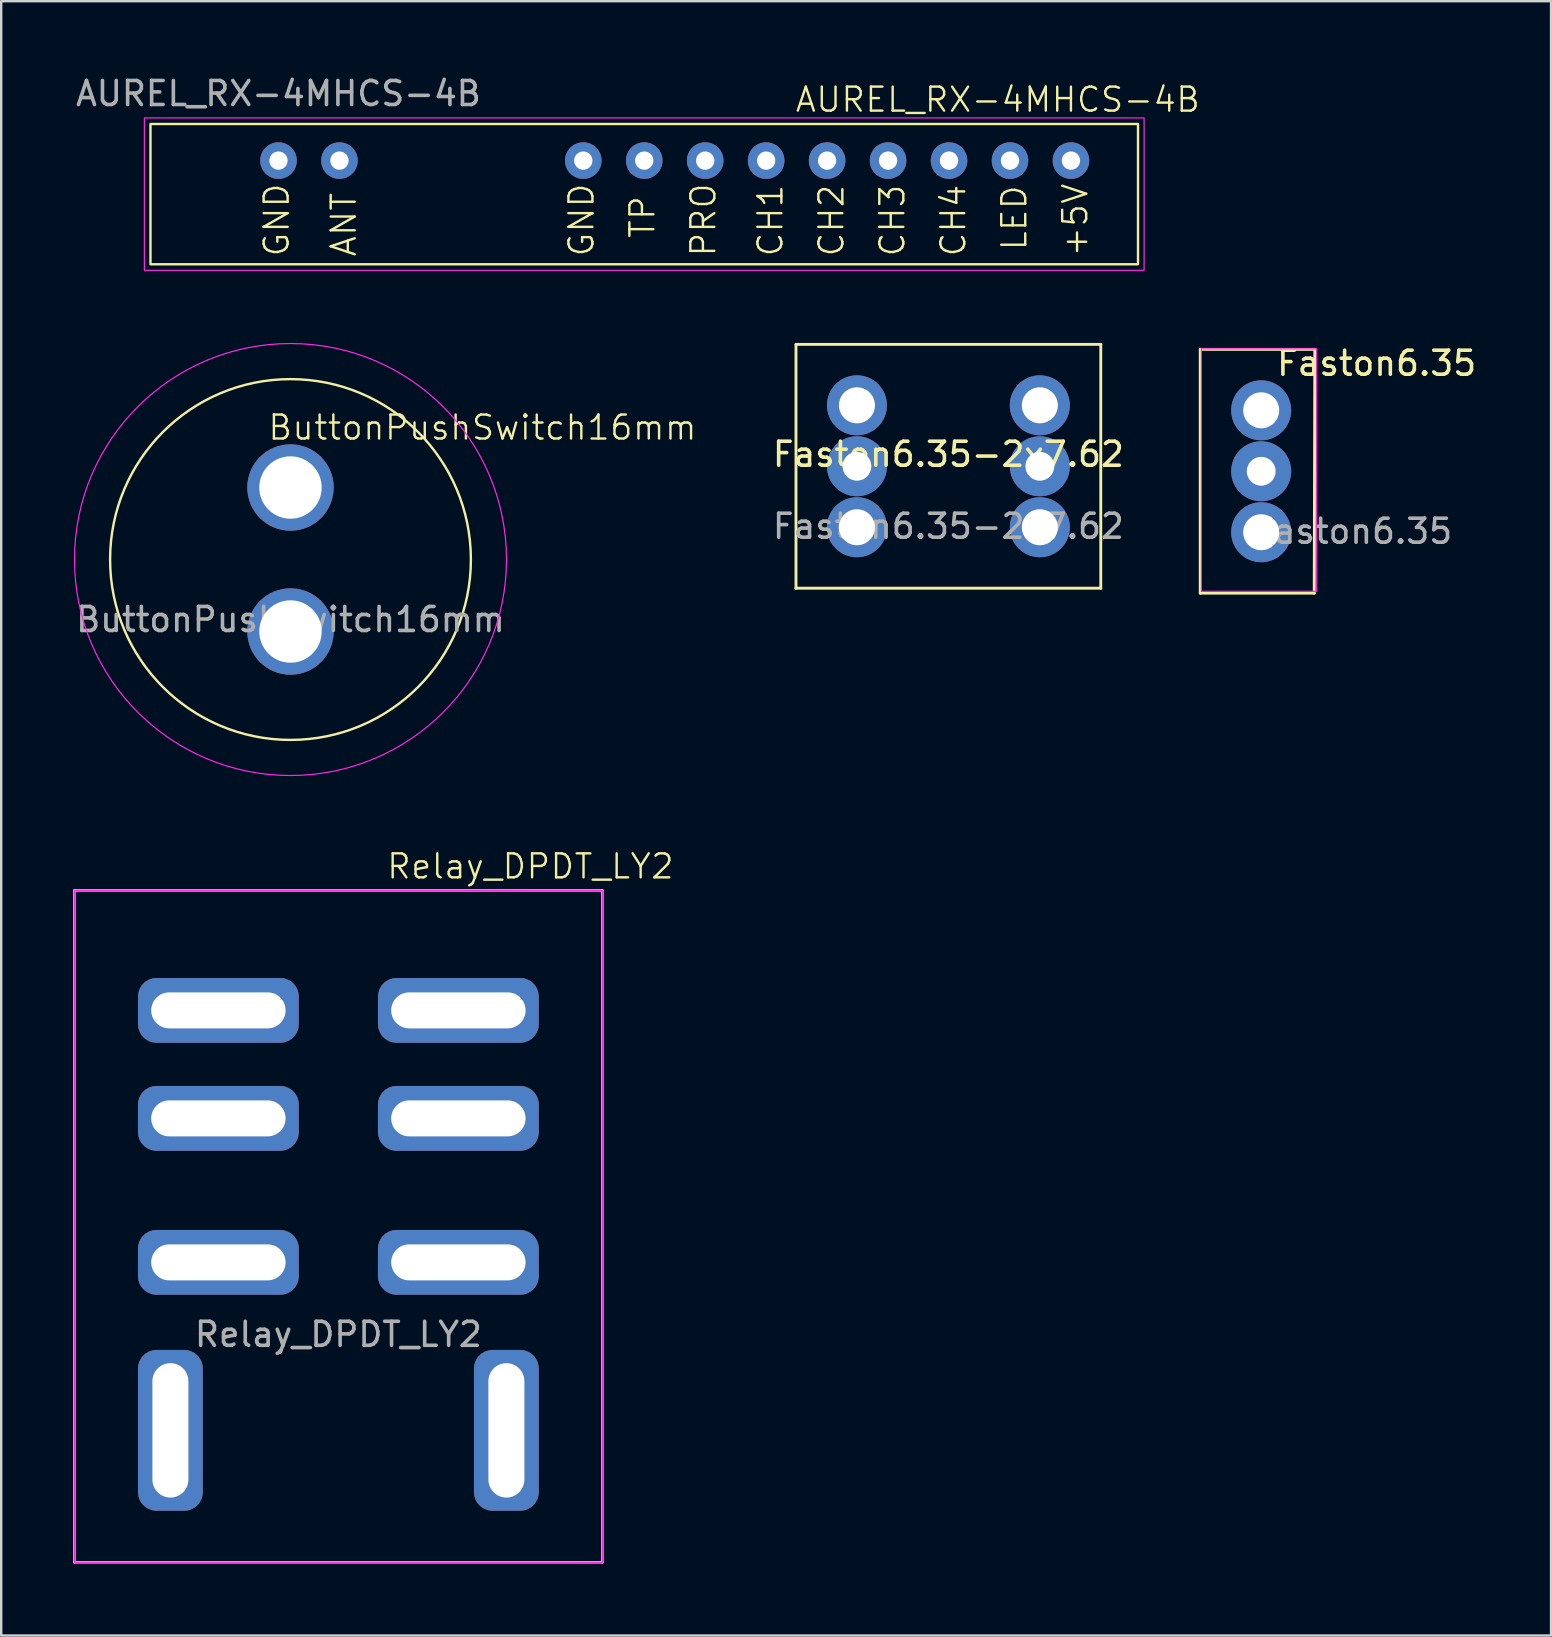
<source format=kicad_pcb>
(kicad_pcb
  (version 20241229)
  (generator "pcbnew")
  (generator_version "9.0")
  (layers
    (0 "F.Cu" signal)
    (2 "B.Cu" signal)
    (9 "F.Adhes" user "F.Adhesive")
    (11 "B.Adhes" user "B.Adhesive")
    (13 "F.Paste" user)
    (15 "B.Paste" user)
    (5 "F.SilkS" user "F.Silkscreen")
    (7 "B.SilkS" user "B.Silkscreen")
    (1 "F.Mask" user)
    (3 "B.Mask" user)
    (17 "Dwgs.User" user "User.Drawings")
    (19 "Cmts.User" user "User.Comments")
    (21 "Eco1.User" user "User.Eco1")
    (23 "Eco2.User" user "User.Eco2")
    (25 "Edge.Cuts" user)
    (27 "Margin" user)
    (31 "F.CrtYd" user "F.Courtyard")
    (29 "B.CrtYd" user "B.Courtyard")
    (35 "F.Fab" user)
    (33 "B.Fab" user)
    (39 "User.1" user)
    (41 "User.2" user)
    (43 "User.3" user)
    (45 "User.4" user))
  (footprint "AUREL_RX-4MHCS-4B"
    (layer "F.Cu")
    (at 23.794 3.642)
    (property "Reference" "AUREL_RX-4MHCS-4B" (at 14.732 -2.54 0) (unlocked yes) (layer "F.SilkS") (effects (font (size 1 1) (thickness 0.1))))
    (attr through_hole)
    (fp_rect (start -20.574 -1.524) (end 20.574 4.318) (stroke (width 0.1) (type default)) (fill no) (layer "F.SilkS"))
    (fp_rect (start -20.828 -1.778) (end 20.828 4.572) (stroke (width 0.05) (type default)) (fill no) (layer "F.CrtYd"))
    (fp_text user "GND" (at -2.032 4.064 90) (unlocked yes) (layer "F.SilkS") (effects (font (size 1 1) (thickness 0.1)) (justify left bottom)))
    (fp_text user "+5V" (at 18.542 4.064 90) (unlocked yes) (layer "F.SilkS") (effects (font (size 1 1) (thickness 0.1)) (justify left bottom)))
    (fp_text user "CH1" (at 5.842 4.064 90) (unlocked yes) (layer "F.SilkS") (effects (font (size 1 1) (thickness 0.1)) (justify left bottom)))
    (fp_text user "PRO" (at 3.048 4.064 90) (unlocked yes) (layer "F.SilkS") (effects (font (size 1 1) (thickness 0.1)) (justify left bottom)))
    (fp_text user "CH4" (at 13.462 4.064 90) (unlocked yes) (layer "F.SilkS") (effects (font (size 1 1) (thickness 0.1)) (justify left bottom)))
    (fp_text user "CH3" (at 10.922 4.064 90) (unlocked yes) (layer "F.SilkS") (effects (font (size 1 1) (thickness 0.1)) (justify left bottom)))
    (fp_text user "ANT" (at -11.938 4.064 90) (unlocked yes) (layer "F.SilkS") (effects (font (size 1 1) (thickness 0.1)) (justify left bottom)))
    (fp_text user "LED" (at 16.002 3.81 90) (unlocked yes) (layer "F.SilkS") (effects (font (size 1 1) (thickness 0.1)) (justify left bottom)))
    (fp_text user "GND" (at -14.732 4.064 90) (unlocked yes) (layer "F.SilkS") (effects (font (size 1 1) (thickness 0.1)) (justify left bottom)))
    (fp_text user "TP" (at 0.508 3.302 90) (unlocked yes) (layer "F.SilkS") (effects (font (size 1 1) (thickness 0.1)) (justify left bottom)))
    (fp_text user "CH2" (at 8.382 4.064 90) (unlocked yes) (layer "F.SilkS") (effects (font (size 1 1) (thickness 0.1)) (justify left bottom)))
    (fp_text user "${REFERENCE}" (at -15.24 -2.794 0) (unlocked yes) (layer "F.Fab") (effects (font (size 1 1) (thickness 0.15))))
    (pad "2" thru_hole circle (at -15.24 0) (size 1.524 1.524) (drill 0.762) (layers "*.Cu" "*.Mask"))
    (pad "3" thru_hole circle (at -12.7 0) (size 1.524 1.524) (drill 0.762) (layers "*.Cu" "*.Mask"))
    (pad "7" thru_hole circle (at -2.54 0) (size 1.524 1.524) (drill 0.762) (layers "*.Cu" "*.Mask"))
    (pad "8" thru_hole circle (at 0 0) (size 1.524 1.524) (drill 0.762) (layers "*.Cu" "*.Mask"))
    (pad "9" thru_hole circle (at 2.54 0) (size 1.524 1.524) (drill 0.762) (layers "*.Cu" "*.Mask"))
    (pad "10" thru_hole circle (at 5.08 0) (size 1.524 1.524) (drill 0.762) (layers "*.Cu" "*.Mask"))
    (pad "11" thru_hole circle (at 7.62 0) (size 1.524 1.524) (drill 0.762) (layers "*.Cu" "*.Mask"))
    (pad "12" thru_hole circle (at 10.16 0) (size 1.524 1.524) (drill 0.762) (layers "*.Cu" "*.Mask"))
    (pad "13" thru_hole circle (at 12.7 0) (size 1.524 1.524) (drill 0.762) (layers "*.Cu" "*.Mask"))
    (pad "14" thru_hole circle (at 15.24 0) (size 1.524 1.524) (drill 0.762) (layers "*.Cu" "*.Mask"))
    (pad "15" thru_hole circle (at 17.78 0) (size 1.524 1.524) (drill 0.762) (layers "*.Cu" "*.Mask")))
  (footprint "Relay_DPDT_LY2"
    (layer "F.Cu")
    (at 11.05 48.05)
    (property "Reference" "Relay_DPDT_LY2" (at 8 -15 0) (unlocked yes) (layer "F.SilkS") (effects (font (size 1 1) (thickness 0.1))))
    (attr through_hole)
    (fp_line (start -11 -14) (end 11 -14) (stroke (width 0.1) (type default)) (layer "F.SilkS"))
    (fp_line (start -11 14) (end -11 -14) (stroke (width 0.1) (type default)) (layer "F.SilkS"))
    (fp_line (start 11 -14) (end 11 14) (stroke (width 0.1) (type default)) (layer "F.SilkS"))
    (fp_line (start 11 14) (end -11 14) (stroke (width 0.1) (type default)) (layer "F.SilkS"))
    (fp_line (start -11 -14) (end 11 -14) (stroke (width 0.05) (type default)) (layer "F.CrtYd"))
    (fp_line (start -11 14) (end -11 -14) (stroke (width 0.05) (type default)) (layer "F.CrtYd"))
    (fp_line (start 11 -14) (end 11 14) (stroke (width 0.05) (type default)) (layer "F.CrtYd"))
    (fp_line (start 11 14) (end -11 14) (stroke (width 0.05) (type default)) (layer "F.CrtYd"))
    (fp_text user "${REFERENCE}" (at 0 4.5 0) (unlocked yes) (layer "F.Fab") (effects (font (size 1 1) (thickness 0.15))))
    (pad "11" thru_hole roundrect (at -5 1.5 90) (size 2.7 6.7) (drill oval 1.5 5.6) (layers "*.Cu" "*.Mask") (roundrect_rratio 0.286))
    (pad "12" thru_hole roundrect (at -5 -9 90) (size 2.7 6.7) (drill oval 1.5 5.6) (layers "*.Cu" "*.Mask") (roundrect_rratio 0.286))
    (pad "14" thru_hole roundrect (at -5 -4.5 90) (size 2.7 6.7) (drill oval 1.5 5.6) (layers "*.Cu" "*.Mask") (roundrect_rratio 0.286))
    (pad "21" thru_hole roundrect (at 5 1.5 90) (size 2.7 6.7) (drill oval 1.5 5.6) (layers "*.Cu" "*.Mask") (roundrect_rratio 0.286))
    (pad "22" thru_hole roundrect (at 5 -9 90) (size 2.7 6.7) (drill oval 1.5 5.6) (layers "*.Cu" "*.Mask") (roundrect_rratio 0.286))
    (pad "24" thru_hole roundrect (at 5 -4.5 90) (size 2.7 6.7) (drill oval 1.5 5.6) (layers "*.Cu" "*.Mask") (roundrect_rratio 0.286))
    (pad "A1" thru_hole roundrect (at -7 8.5) (size 2.7 6.7) (drill oval 1.5 5.6) (layers "*.Cu" "*.Mask") (roundrect_rratio 0.286))
    (pad "A2" thru_hole roundrect (at 7 8.5) (size 2.7 6.7) (drill oval 1.5 5.6) (layers "*.Cu" "*.Mask") (roundrect_rratio 0.286)))
  (footprint "Faston6.35-2x7.62"
    (layer "F.Cu")
    (at 36.467 16.379)
    (property "Reference" "Faston6.35-2x7.62" (at 0 -0.5 0) (unlocked yes) (layer "F.SilkS") (effects (font (size 1 1) (thickness 0.15))))
    (attr through_hole)
    (fp_line (start -6.35 -5.08) (end 6.35 -5.08) (stroke (width 0.12) (type default)) (layer "F.SilkS"))
    (fp_line (start -6.35 5.08) (end -6.35 -5.08) (stroke (width 0.12) (type default)) (layer "F.SilkS"))
    (fp_line (start 6.35 -5.08) (end 6.35 5.08) (stroke (width 0.12) (type default)) (layer "F.SilkS"))
    (fp_line (start 6.35 5.08) (end -6.35 5.08) (stroke (width 0.12) (type default)) (layer "F.SilkS"))
    (fp_text user "${REFERENCE}" (at 0 2.5 0) (unlocked yes) (layer "F.Fab") (effects (font (size 1 1) (thickness 0.15))))
    (pad "1" thru_hole circle (at -3.81 -2.54) (size 2.5 2.5) (drill 1.5) (layers "*.Cu" "*.Mask"))
    (pad "1" thru_hole circle (at -3.81 0) (size 2.5 2.5) (drill 1.2) (layers "*.Cu" "*.Mask"))
    (pad "1" thru_hole circle (at -3.81 2.54) (size 2.5 2.5) (drill 1.5) (layers "*.Cu" "*.Mask"))
    (pad "2" thru_hole circle (at 3.81 -2.54) (size 2.5 2.5) (drill 1.5) (layers "*.Cu" "*.Mask"))
    (pad "2" thru_hole circle (at 3.81 0) (size 2.5 2.5) (drill 1.2) (layers "*.Cu" "*.Mask"))
    (pad "2" thru_hole circle (at 3.81 2.54) (size 2.5 2.5) (drill 1.5) (layers "*.Cu" "*.Mask")))
  (footprint "Faston6.35"
    (layer "F.Cu")
    (at 49.511 16.587)
    (property "Reference" "Faston6.35" (at 4.8 -4.5 0) (unlocked yes) (layer "F.SilkS") (effects (font (size 1 1) (thickness 0.15))))
    (attr through_hole)
    (fp_line (start -2.55 -5.08) (end 2.225 -5.08) (stroke (width 0.12) (type default)) (layer "F.SilkS"))
    (fp_line (start -2.55 5.08) (end -2.55 -5.08) (stroke (width 0.12) (type default)) (layer "F.SilkS"))
    (fp_line (start 2.2 5.08) (end -2.55 5.08) (stroke (width 0.12) (type default)) (layer "F.SilkS"))
    (fp_line (start 2.225 -5.08) (end 2.2 5.08) (stroke (width 0.12) (type default)) (layer "F.SilkS"))
    (fp_line (start -2.5 -5.1) (end 2.3 -5.1) (stroke (width 0.05) (type default)) (layer "F.CrtYd"))
    (fp_line (start -2.5 5) (end -2.5 -5.1) (stroke (width 0.05) (type default)) (layer "F.CrtYd"))
    (fp_line (start 2.3 -5.1) (end 2.3 5) (stroke (width 0.05) (type default)) (layer "F.CrtYd"))
    (fp_line (start 2.3 5) (end -2.5 5) (stroke (width 0.05) (type default)) (layer "F.CrtYd"))
    (fp_text user "${REFERENCE}" (at 3.8 2.5 0) (unlocked yes) (layer "F.Fab") (effects (font (size 1 1) (thickness 0.15))))
    (pad "1" thru_hole circle (at -0.01 -2.54) (size 2.5 2.5) (drill 1.5) (layers "*.Cu" "*.Mask"))
    (pad "1" thru_hole circle (at -0.01 0) (size 2.5 2.5) (drill 1.2) (layers "*.Cu" "*.Mask"))
    (pad "1" thru_hole circle (at -0.01 2.54) (size 2.5 2.5) (drill 1.5) (layers "*.Cu" "*.Mask")))
  (footprint "ButtonPushSwitch16mm"
    (layer "F.Cu")
    (at 9.054 20.264)
    (property "Reference" "ButtonPushSwitch16mm" (at 8 -5.5 0) (unlocked yes) (layer "F.SilkS") (effects (font (size 1 1) (thickness 0.1))))
    (attr through_hole)
    (fp_circle (center 0 0) (end 7.5 -0.5) (stroke (width 0.1) (type default)) (fill no) (layer "F.SilkS"))
    (fp_circle (center 0 0) (end 9 0) (stroke (width 0.05) (type default)) (fill no) (layer "F.CrtYd"))
    (fp_text user "${REFERENCE}" (at 0 2.5 0) (unlocked yes) (layer "F.Fab") (effects (font (size 1 1) (thickness 0.15))))
    (pad "1" thru_hole circle (at 0 -3) (size 3.6 3.6) (drill 2.6) (layers "*.Cu" "*.Mask"))
    (pad "2" thru_hole circle (at 0 3) (size 3.6 3.6) (drill 2.6) (layers "*.Cu" "*.Mask")))
  (gr_rect
    (start -3 -3)
    (end 61.579 65.1)
    (stroke (width 0.1) (type default))
    (fill no)
    (layer "Edge.Cuts")))
</source>
